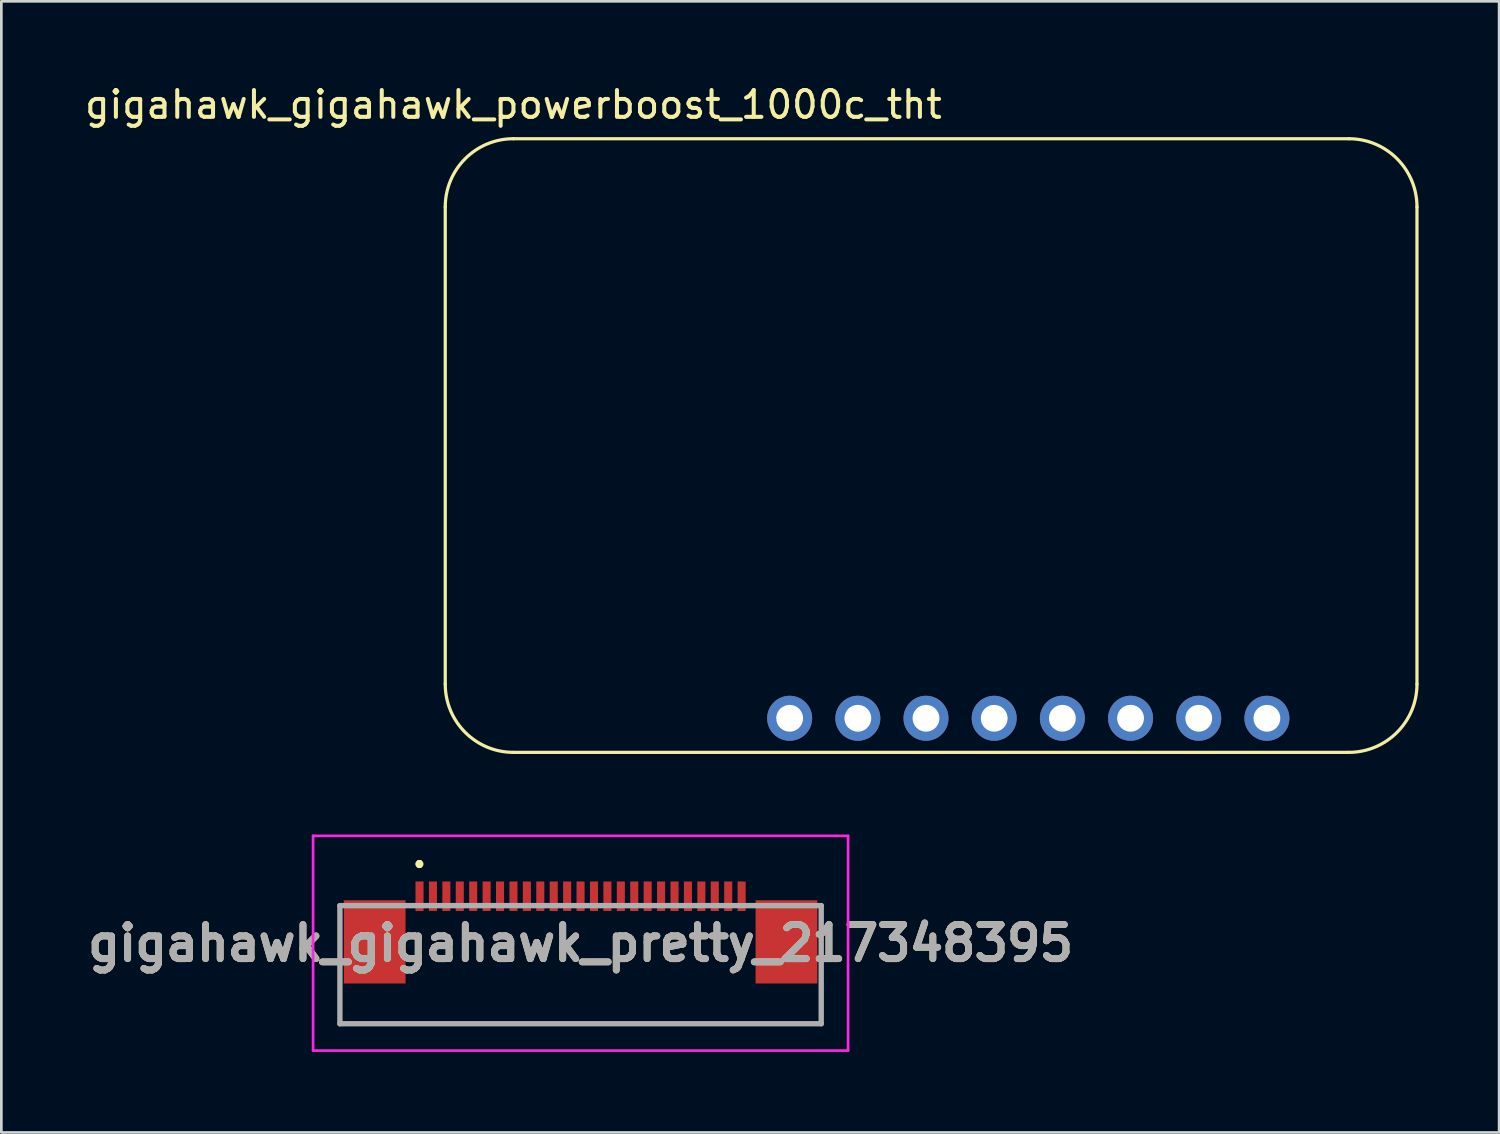
<source format=kicad_pcb>
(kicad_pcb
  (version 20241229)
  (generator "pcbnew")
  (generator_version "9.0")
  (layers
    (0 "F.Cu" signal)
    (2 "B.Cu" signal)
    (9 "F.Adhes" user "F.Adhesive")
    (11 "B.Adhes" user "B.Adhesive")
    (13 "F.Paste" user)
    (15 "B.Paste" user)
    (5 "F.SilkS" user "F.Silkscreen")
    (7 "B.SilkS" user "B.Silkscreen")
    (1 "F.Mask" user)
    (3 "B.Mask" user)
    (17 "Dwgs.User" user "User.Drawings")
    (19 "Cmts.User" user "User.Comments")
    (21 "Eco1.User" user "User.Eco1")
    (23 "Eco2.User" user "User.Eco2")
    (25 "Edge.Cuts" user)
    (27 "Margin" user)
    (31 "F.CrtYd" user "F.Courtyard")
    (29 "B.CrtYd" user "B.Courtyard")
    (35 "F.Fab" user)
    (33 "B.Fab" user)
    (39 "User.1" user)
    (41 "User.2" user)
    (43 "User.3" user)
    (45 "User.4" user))
  (footprint "gigahawk_gigahawk_pretty_217348395"
    (layer "F.Cu")
    (at 18.578 32.888)
    (property "Reference" "gigahawk_gigahawk_pretty_217348395" (at 0 -0.8 0) (layer "F.SilkS") (effects (font (size 1.27 1.27) (thickness 0.254))))
    (attr smd)
    (fp_line (start -8.965 1.25) (end -8.965 1.25) (stroke (width 0.1) (type solid)) (layer "F.SilkS"))
    (fp_line (start -8.965 1.25) (end -8.965 2.2) (stroke (width 0.1) (type solid)) (layer "F.SilkS"))
    (fp_line (start -8.965 2.2) (end -8.965 1.25) (stroke (width 0.1) (type solid)) (layer "F.SilkS"))
    (fp_line (start -8.965 2.2) (end -8.965 2.2) (stroke (width 0.1) (type solid)) (layer "F.SilkS"))
    (fp_line (start -8.965 2.2) (end -8.965 2.2) (stroke (width 0.1) (type solid)) (layer "F.SilkS"))
    (fp_line (start -8.965 2.2) (end 8.965 2.2) (stroke (width 0.1) (type solid)) (layer "F.SilkS"))
    (fp_line (start -6 -3.8) (end -6 -3.8) (stroke (width 0.2) (type solid)) (layer "F.SilkS"))
    (fp_line (start -6 -3.8) (end -6 -3.8) (stroke (width 0.2) (type solid)) (layer "F.SilkS"))
    (fp_line (start -6 -3.7) (end -6 -3.7) (stroke (width 0.2) (type solid)) (layer "F.SilkS"))
    (fp_line (start 8.965 1.25) (end 8.965 1.25) (stroke (width 0.1) (type solid)) (layer "F.SilkS"))
    (fp_line (start 8.965 1.25) (end 8.965 2.2) (stroke (width 0.1) (type solid)) (layer "F.SilkS"))
    (fp_line (start 8.965 2.2) (end -8.965 2.2) (stroke (width 0.1) (type solid)) (layer "F.SilkS"))
    (fp_line (start 8.965 2.2) (end 8.965 1.25) (stroke (width 0.1) (type solid)) (layer "F.SilkS"))
    (fp_line (start 8.965 2.2) (end 8.965 2.2) (stroke (width 0.1) (type solid)) (layer "F.SilkS"))
    (fp_line (start 8.965 2.2) (end 8.965 2.2) (stroke (width 0.1) (type solid)) (layer "F.SilkS"))
    (fp_arc (start -6 -3.8) (mid -5.95 -3.75) (end -6 -3.7) (stroke (width 0.2) (type solid)) (layer "F.SilkS"))
    (fp_arc (start -6 -3.7) (mid -6.05 -3.75) (end -6 -3.8) (stroke (width 0.2) (type solid)) (layer "F.SilkS"))
    (fp_arc (start -6 -3.7) (mid -6.05 -3.75) (end -6 -3.8) (stroke (width 0.2) (type solid)) (layer "F.SilkS"))
    (fp_line (start -9.965 -4.8) (end 9.965 -4.8) (stroke (width 0.1) (type solid)) (layer "F.CrtYd"))
    (fp_line (start -9.965 3.2) (end -9.965 -4.8) (stroke (width 0.1) (type solid)) (layer "F.CrtYd"))
    (fp_line (start 9.965 -4.8) (end 9.965 3.2) (stroke (width 0.1) (type solid)) (layer "F.CrtYd"))
    (fp_line (start 9.965 3.2) (end -9.965 3.2) (stroke (width 0.1) (type solid)) (layer "F.CrtYd"))
    (fp_line (start -8.965 -2.2) (end -8.965 2.2) (stroke (width 0.2) (type solid)) (layer "F.Fab"))
    (fp_line (start -8.965 2.2) (end 8.965 2.2) (stroke (width 0.2) (type solid)) (layer "F.Fab"))
    (fp_line (start 8.965 -2.2) (end -8.965 -2.2) (stroke (width 0.2) (type solid)) (layer "F.Fab"))
    (fp_line (start 8.965 2.2) (end 8.965 -2.2) (stroke (width 0.2) (type solid)) (layer "F.Fab"))
    (fp_text user "${REFERENCE}" (at 0 -0.8 0) (layer "F.Fab") (effects (font (size 1.27 1.27) (thickness 0.254))))
    (pad "1" smd rect (at -6 -2.55) (size 0.3 1.1) (layers "F.Cu" "F.Mask" "F.Paste"))
    (pad "2" smd rect (at -5.5 -2.55) (size 0.3 1.1) (layers "F.Cu" "F.Mask" "F.Paste"))
    (pad "3" smd rect (at -5 -2.55) (size 0.3 1.1) (layers "F.Cu" "F.Mask" "F.Paste"))
    (pad "4" smd rect (at -4.5 -2.55) (size 0.3 1.1) (layers "F.Cu" "F.Mask" "F.Paste"))
    (pad "5" smd rect (at -4 -2.55) (size 0.3 1.1) (layers "F.Cu" "F.Mask" "F.Paste"))
    (pad "6" smd rect (at -3.5 -2.55) (size 0.3 1.1) (layers "F.Cu" "F.Mask" "F.Paste"))
    (pad "7" smd rect (at -3 -2.55) (size 0.3 1.1) (layers "F.Cu" "F.Mask" "F.Paste"))
    (pad "8" smd rect (at -2.5 -2.55) (size 0.3 1.1) (layers "F.Cu" "F.Mask" "F.Paste"))
    (pad "9" smd rect (at -2 -2.55) (size 0.3 1.1) (layers "F.Cu" "F.Mask" "F.Paste"))
    (pad "10" smd rect (at -1.5 -2.55) (size 0.3 1.1) (layers "F.Cu" "F.Mask" "F.Paste"))
    (pad "11" smd rect (at -1 -2.55) (size 0.3 1.1) (layers "F.Cu" "F.Mask" "F.Paste"))
    (pad "12" smd rect (at -0.5 -2.55) (size 0.3 1.1) (layers "F.Cu" "F.Mask" "F.Paste"))
    (pad "13" smd rect (at 0 -2.55) (size 0.3 1.1) (layers "F.Cu" "F.Mask" "F.Paste"))
    (pad "14" smd rect (at 0.5 -2.55) (size 0.3 1.1) (layers "F.Cu" "F.Mask" "F.Paste"))
    (pad "15" smd rect (at 1 -2.55) (size 0.3 1.1) (layers "F.Cu" "F.Mask" "F.Paste"))
    (pad "16" smd rect (at 1.5 -2.55) (size 0.3 1.1) (layers "F.Cu" "F.Mask" "F.Paste"))
    (pad "17" smd rect (at 2 -2.55) (size 0.3 1.1) (layers "F.Cu" "F.Mask" "F.Paste"))
    (pad "18" smd rect (at 2.5 -2.55) (size 0.3 1.1) (layers "F.Cu" "F.Mask" "F.Paste"))
    (pad "19" smd rect (at 3 -2.55) (size 0.3 1.1) (layers "F.Cu" "F.Mask" "F.Paste"))
    (pad "20" smd rect (at 3.5 -2.55) (size 0.3 1.1) (layers "F.Cu" "F.Mask" "F.Paste"))
    (pad "21" smd rect (at 4 -2.55) (size 0.3 1.1) (layers "F.Cu" "F.Mask" "F.Paste"))
    (pad "22" smd rect (at 4.5 -2.55) (size 0.3 1.1) (layers "F.Cu" "F.Mask" "F.Paste"))
    (pad "23" smd rect (at 5 -2.55) (size 0.3 1.1) (layers "F.Cu" "F.Mask" "F.Paste"))
    (pad "24" smd rect (at 5.5 -2.55) (size 0.3 1.1) (layers "F.Cu" "F.Mask" "F.Paste"))
    (pad "25" smd rect (at 6 -2.55) (size 0.3 1.1) (layers "F.Cu" "F.Mask" "F.Paste"))
    (pad "MP1" smd rect (at -7.67 -0.85) (size 2.3 3.1) (layers "F.Cu" "F.Mask" "F.Paste"))
    (pad "MP2" smd rect (at 7.67 -0.85) (size 2.3 3.1) (layers "F.Cu" "F.Mask" "F.Paste")))
  (footprint "gigahawk_gigahawk_powerboost_1000c_tht"
    (layer "F.Cu")
    (at 13.537 2.118)
    (property "Reference" "gigahawk_gigahawk_powerboost_1000c_tht" (at 2.54 -1.27 0) (layer "F.SilkS") (effects (font (size 1 1) (thickness 0.15))))
    (attr through_hole)
    (fp_line (start 0 20.32) (end 0 2.54) (stroke (width 0.12) (type solid)) (layer "F.SilkS"))
    (fp_line (start 2.54 0) (end 33.66 0) (stroke (width 0.12) (type solid)) (layer "F.SilkS"))
    (fp_line (start 33.66 22.86) (end 2.54 22.86) (stroke (width 0.12) (type solid)) (layer "F.SilkS"))
    (fp_line (start 36.2 2.54) (end 36.2 20.32) (stroke (width 0.12) (type solid)) (layer "F.SilkS"))
    (fp_arc (start 0 2.54) (mid 0.743949 0.743949) (end 2.54 0) (stroke (width 0.12) (type solid)) (layer "F.SilkS"))
    (fp_arc (start 2.54 22.86) (mid 0.743949 22.116051) (end 0 20.32) (stroke (width 0.12) (type solid)) (layer "F.SilkS"))
    (fp_arc (start 33.66 0) (mid 35.456051 0.743949) (end 36.2 2.54) (stroke (width 0.12) (type solid)) (layer "F.SilkS"))
    (fp_arc (start 36.2 20.32) (mid 35.456051 22.116051) (end 33.66 22.86) (stroke (width 0.12) (type solid)) (layer "F.SilkS"))
    (pad "1" thru_hole circle (at 12.83 21.59) (size 1.676 1.676) (drill 1) (layers "*.Cu" "*.Mask"))
    (pad "2" thru_hole circle (at 15.37 21.59) (size 1.676 1.676) (drill 1) (layers "*.Cu" "*.Mask"))
    (pad "3" thru_hole circle (at 17.91 21.59) (size 1.676 1.676) (drill 1) (layers "*.Cu" "*.Mask"))
    (pad "4" thru_hole circle (at 20.45 21.59) (size 1.676 1.676) (drill 1) (layers "*.Cu" "*.Mask"))
    (pad "5" thru_hole circle (at 22.99 21.59) (size 1.676 1.676) (drill 1) (layers "*.Cu" "*.Mask"))
    (pad "6" thru_hole circle (at 25.53 21.59) (size 1.676 1.676) (drill 1) (layers "*.Cu" "*.Mask"))
    (pad "7" thru_hole circle (at 28.07 21.59) (size 1.676 1.676) (drill 1) (layers "*.Cu" "*.Mask"))
    (pad "8" thru_hole circle (at 30.61 21.59) (size 1.676 1.676) (drill 1) (layers "*.Cu" "*.Mask")))
  (gr_rect
    (start -3 -3)
    (end 52.797 39.138)
    (stroke (width 0.1) (type default))
    (fill no)
    (layer "Edge.Cuts")))
</source>
